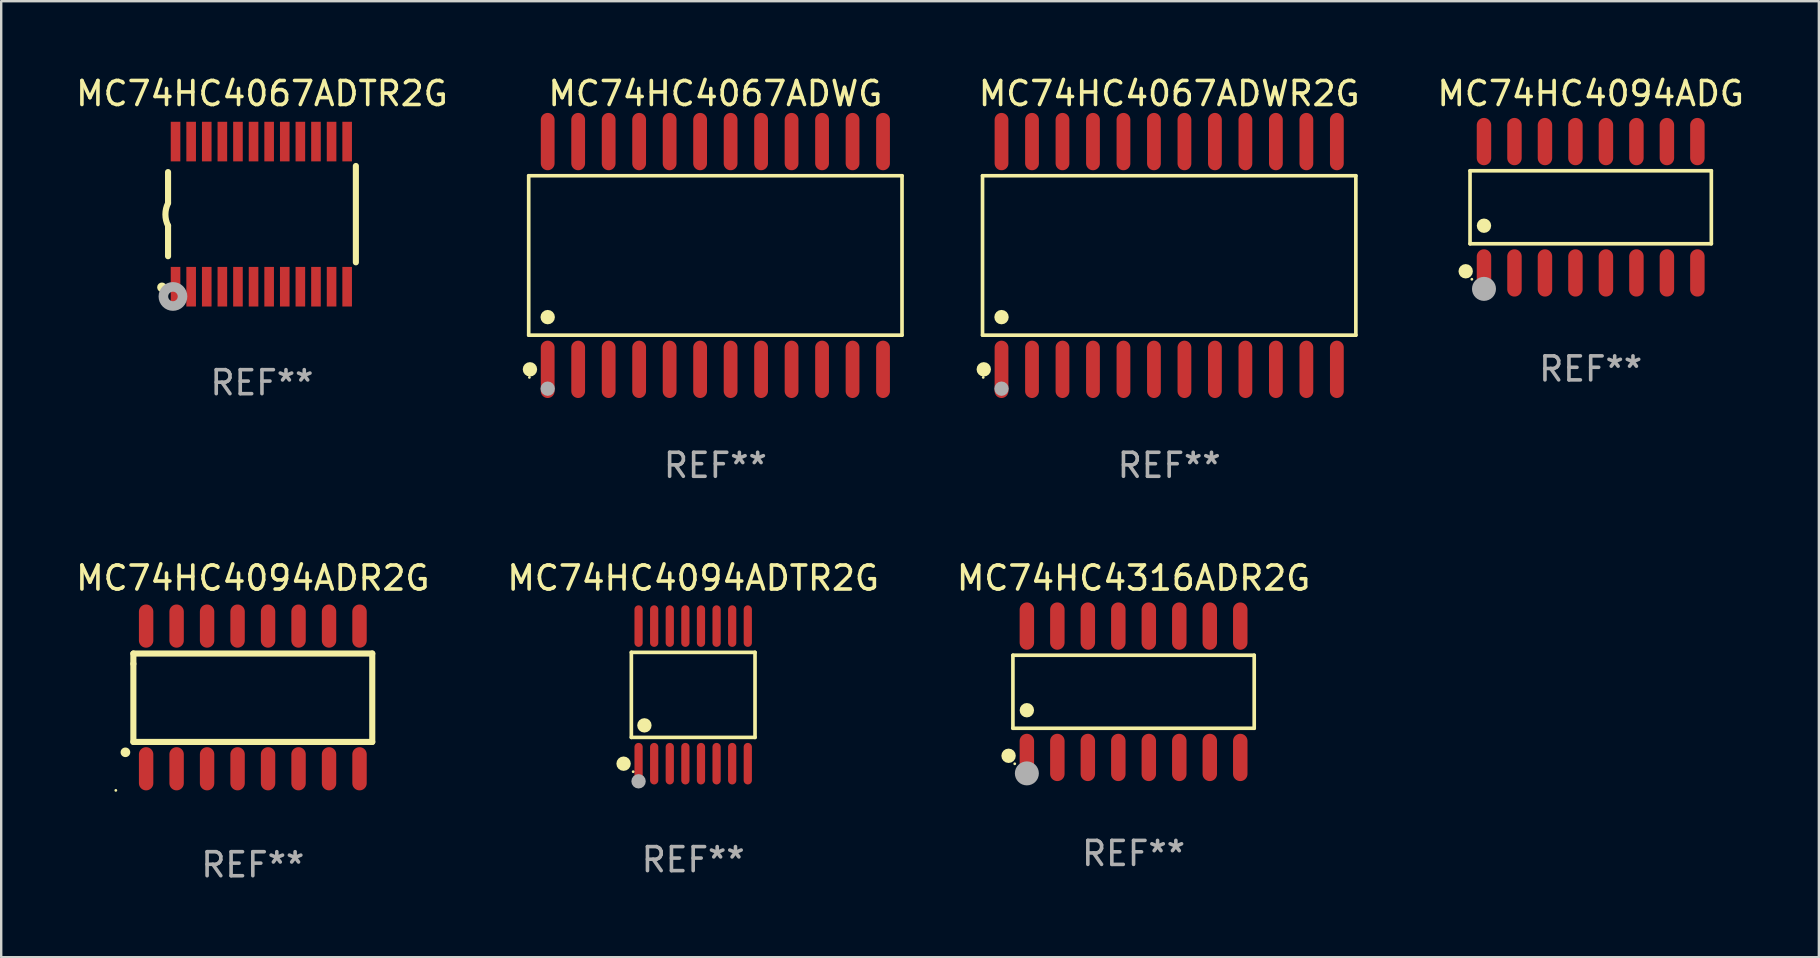
<source format=kicad_pcb>
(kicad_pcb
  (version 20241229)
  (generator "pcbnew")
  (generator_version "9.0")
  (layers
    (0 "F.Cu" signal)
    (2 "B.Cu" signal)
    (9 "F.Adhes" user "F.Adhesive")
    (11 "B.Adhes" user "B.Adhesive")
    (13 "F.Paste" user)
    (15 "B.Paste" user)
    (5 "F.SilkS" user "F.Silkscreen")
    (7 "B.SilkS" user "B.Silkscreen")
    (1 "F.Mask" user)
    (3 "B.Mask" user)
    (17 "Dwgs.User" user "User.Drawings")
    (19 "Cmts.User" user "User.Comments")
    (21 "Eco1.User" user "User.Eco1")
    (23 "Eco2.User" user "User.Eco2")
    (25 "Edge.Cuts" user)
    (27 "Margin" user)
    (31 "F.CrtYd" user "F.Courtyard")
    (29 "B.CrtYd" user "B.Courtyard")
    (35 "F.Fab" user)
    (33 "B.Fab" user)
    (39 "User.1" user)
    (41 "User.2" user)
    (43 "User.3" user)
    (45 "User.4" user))
  (footprint "MC74HC4067ADWG"
    (layer "F.Cu")
    (at 26.751 7.592)
    (property "Reference" "MC74HC4067ADWG" (at 0 -6.744 0) (layer "F.SilkS") (effects (font (size 1 1) (thickness 0.15))))
    (attr through_hole)
    (fp_line (start -7.776 -3.321) (end 7.776 -3.321) (stroke (width 0.152) (type solid)) (layer "F.SilkS"))
    (fp_line (start -7.776 3.321) (end -7.776 -3.321) (stroke (width 0.152) (type solid)) (layer "F.SilkS"))
    (fp_line (start 7.776 -3.321) (end 7.776 3.321) (stroke (width 0.152) (type solid)) (layer "F.SilkS"))
    (fp_line (start 7.776 3.321) (end -7.776 3.321) (stroke (width 0.152) (type solid)) (layer "F.SilkS"))
    (fp_circle (center -7.747 5.08) (end -7.717 5.08) (stroke (width 0.06) (type solid)) (fill no) (layer "F.SilkS"))
    (fp_circle (center -7.724 4.744) (end -7.574 4.744) (stroke (width 0.3) (type solid)) (fill no) (layer "F.SilkS"))
    (fp_circle (center -6.985 2.569) (end -6.835 2.569) (stroke (width 0.3) (type solid)) (fill no) (layer "F.SilkS"))
    (fp_circle (center -6.985 5.55) (end -6.835 5.55) (stroke (width 0.3) (type solid)) (fill no) (layer "F.Fab"))
    (fp_text user "REF**" (at 0 8.744 0) (layer "F.Fab") (effects (font (size 1 1) (thickness 0.15))))
    (pad "1" smd oval (at -6.985 4.744) (size 0.574 2.388) (layers "F.Cu" "F.Mask" "F.Paste"))
    (pad "2" smd oval (at -5.715 4.744) (size 0.574 2.388) (layers "F.Cu" "F.Mask" "F.Paste"))
    (pad "3" smd oval (at -4.445 4.744) (size 0.574 2.388) (layers "F.Cu" "F.Mask" "F.Paste"))
    (pad "4" smd oval (at -3.175 4.744) (size 0.574 2.388) (layers "F.Cu" "F.Mask" "F.Paste"))
    (pad "5" smd oval (at -1.905 4.744) (size 0.574 2.388) (layers "F.Cu" "F.Mask" "F.Paste"))
    (pad "6" smd oval (at -0.635 4.744) (size 0.574 2.388) (layers "F.Cu" "F.Mask" "F.Paste"))
    (pad "7" smd oval (at 0.635 4.744) (size 0.574 2.388) (layers "F.Cu" "F.Mask" "F.Paste"))
    (pad "8" smd oval (at 1.905 4.744) (size 0.574 2.388) (layers "F.Cu" "F.Mask" "F.Paste"))
    (pad "9" smd oval (at 3.175 4.744) (size 0.574 2.388) (layers "F.Cu" "F.Mask" "F.Paste"))
    (pad "10" smd oval (at 4.445 4.744) (size 0.574 2.388) (layers "F.Cu" "F.Mask" "F.Paste"))
    (pad "11" smd oval (at 5.715 4.744) (size 0.574 2.388) (layers "F.Cu" "F.Mask" "F.Paste"))
    (pad "12" smd oval (at 6.985 4.744) (size 0.574 2.388) (layers "F.Cu" "F.Mask" "F.Paste"))
    (pad "13" smd oval (at 6.985 -4.744) (size 0.574 2.388) (layers "F.Cu" "F.Mask" "F.Paste"))
    (pad "14" smd oval (at 5.715 -4.744) (size 0.574 2.388) (layers "F.Cu" "F.Mask" "F.Paste"))
    (pad "15" smd oval (at 4.445 -4.744) (size 0.574 2.388) (layers "F.Cu" "F.Mask" "F.Paste"))
    (pad "16" smd oval (at 3.175 -4.744) (size 0.574 2.388) (layers "F.Cu" "F.Mask" "F.Paste"))
    (pad "17" smd oval (at 1.905 -4.744) (size 0.574 2.388) (layers "F.Cu" "F.Mask" "F.Paste"))
    (pad "18" smd oval (at 0.635 -4.744) (size 0.574 2.388) (layers "F.Cu" "F.Mask" "F.Paste"))
    (pad "19" smd oval (at -0.635 -4.744) (size 0.574 2.388) (layers "F.Cu" "F.Mask" "F.Paste"))
    (pad "20" smd oval (at -1.905 -4.744) (size 0.574 2.388) (layers "F.Cu" "F.Mask" "F.Paste"))
    (pad "21" smd oval (at -3.175 -4.744) (size 0.574 2.388) (layers "F.Cu" "F.Mask" "F.Paste"))
    (pad "22" smd oval (at -4.445 -4.744) (size 0.574 2.388) (layers "F.Cu" "F.Mask" "F.Paste"))
    (pad "23" smd oval (at -5.715 -4.744) (size 0.574 2.388) (layers "F.Cu" "F.Mask" "F.Paste"))
    (pad "24" smd oval (at -6.985 -4.744) (size 0.574 2.388) (layers "F.Cu" "F.Mask" "F.Paste")))
  (footprint "MC74HC4316ADR2G"
    (layer "F.Cu")
    (at 44.173 25.768)
    (property "Reference" "MC74HC4316ADR2G" (at 0 -4.736 0) (layer "F.SilkS") (effects (font (size 1 1) (thickness 0.15))))
    (attr through_hole)
    (fp_line (start -5.026 -1.521) (end 5.026 -1.521) (stroke (width 0.152) (type solid)) (layer "F.SilkS"))
    (fp_line (start -5.026 1.521) (end -5.026 -1.521) (stroke (width 0.152) (type solid)) (layer "F.SilkS"))
    (fp_line (start 5.026 -1.521) (end 5.026 1.521) (stroke (width 0.152) (type solid)) (layer "F.SilkS"))
    (fp_line (start 5.026 1.521) (end -5.026 1.521) (stroke (width 0.152) (type solid)) (layer "F.SilkS"))
    (fp_circle (center -5.207 2.667) (end -5.057 2.667) (stroke (width 0.3) (type solid)) (fill no) (layer "F.SilkS"))
    (fp_circle (center -4.95 3) (end -4.92 3) (stroke (width 0.06) (type solid)) (fill no) (layer "F.SilkS"))
    (fp_circle (center -4.445 0.769) (end -4.295 0.769) (stroke (width 0.3) (type solid)) (fill no) (layer "F.SilkS"))
    (fp_circle (center -4.445 3.4) (end -4.195 3.4) (stroke (width 0.5) (type solid)) (fill no) (layer "F.Fab"))
    (fp_text user "REF**" (at 0 6.736 0) (layer "F.Fab") (effects (font (size 1 1) (thickness 0.15))))
    (pad "1" smd oval (at -4.445 2.736) (size 0.602 1.971) (layers "F.Cu" "F.Mask" "F.Paste"))
    (pad "2" smd oval (at -3.175 2.736) (size 0.602 1.971) (layers "F.Cu" "F.Mask" "F.Paste"))
    (pad "3" smd oval (at -1.905 2.736) (size 0.602 1.971) (layers "F.Cu" "F.Mask" "F.Paste"))
    (pad "4" smd oval (at -0.635 2.736) (size 0.602 1.971) (layers "F.Cu" "F.Mask" "F.Paste"))
    (pad "5" smd oval (at 0.635 2.736) (size 0.602 1.971) (layers "F.Cu" "F.Mask" "F.Paste"))
    (pad "6" smd oval (at 1.905 2.736) (size 0.602 1.971) (layers "F.Cu" "F.Mask" "F.Paste"))
    (pad "7" smd oval (at 3.175 2.736) (size 0.602 1.971) (layers "F.Cu" "F.Mask" "F.Paste"))
    (pad "8" smd oval (at 4.445 2.736) (size 0.602 1.971) (layers "F.Cu" "F.Mask" "F.Paste"))
    (pad "9" smd oval (at 4.445 -2.736) (size 0.602 1.971) (layers "F.Cu" "F.Mask" "F.Paste"))
    (pad "10" smd oval (at 3.175 -2.736) (size 0.602 1.971) (layers "F.Cu" "F.Mask" "F.Paste"))
    (pad "11" smd oval (at 1.905 -2.736) (size 0.602 1.971) (layers "F.Cu" "F.Mask" "F.Paste"))
    (pad "12" smd oval (at 0.635 -2.736) (size 0.602 1.971) (layers "F.Cu" "F.Mask" "F.Paste"))
    (pad "13" smd oval (at -0.635 -2.736) (size 0.602 1.971) (layers "F.Cu" "F.Mask" "F.Paste"))
    (pad "14" smd oval (at -1.905 -2.736) (size 0.602 1.971) (layers "F.Cu" "F.Mask" "F.Paste"))
    (pad "15" smd oval (at -3.175 -2.736) (size 0.602 1.971) (layers "F.Cu" "F.Mask" "F.Paste"))
    (pad "16" smd oval (at -4.445 -2.736) (size 0.602 1.971) (layers "F.Cu" "F.Mask" "F.Paste")))
  (footprint "MC74HC4094ADG"
    (layer "F.Cu")
    (at 63.216 5.584)
    (property "Reference" "MC74HC4094ADG" (at 0 -4.736 0) (layer "F.SilkS") (effects (font (size 1 1) (thickness 0.15))))
    (attr through_hole)
    (fp_line (start -5.026 -1.521) (end 5.026 -1.521) (stroke (width 0.152) (type solid)) (layer "F.SilkS"))
    (fp_line (start -5.026 1.521) (end -5.026 -1.521) (stroke (width 0.152) (type solid)) (layer "F.SilkS"))
    (fp_line (start 5.026 -1.521) (end 5.026 1.521) (stroke (width 0.152) (type solid)) (layer "F.SilkS"))
    (fp_line (start 5.026 1.521) (end -5.026 1.521) (stroke (width 0.152) (type solid)) (layer "F.SilkS"))
    (fp_circle (center -5.207 2.667) (end -5.057 2.667) (stroke (width 0.3) (type solid)) (fill no) (layer "F.SilkS"))
    (fp_circle (center -4.95 3) (end -4.92 3) (stroke (width 0.06) (type solid)) (fill no) (layer "F.SilkS"))
    (fp_circle (center -4.445 0.769) (end -4.295 0.769) (stroke (width 0.3) (type solid)) (fill no) (layer "F.SilkS"))
    (fp_circle (center -4.445 3.4) (end -4.195 3.4) (stroke (width 0.5) (type solid)) (fill no) (layer "F.Fab"))
    (fp_text user "REF**" (at 0 6.736 0) (layer "F.Fab") (effects (font (size 1 1) (thickness 0.15))))
    (pad "1" smd oval (at -4.445 2.736) (size 0.602 1.971) (layers "F.Cu" "F.Mask" "F.Paste"))
    (pad "2" smd oval (at -3.175 2.736) (size 0.602 1.971) (layers "F.Cu" "F.Mask" "F.Paste"))
    (pad "3" smd oval (at -1.905 2.736) (size 0.602 1.971) (layers "F.Cu" "F.Mask" "F.Paste"))
    (pad "4" smd oval (at -0.635 2.736) (size 0.602 1.971) (layers "F.Cu" "F.Mask" "F.Paste"))
    (pad "5" smd oval (at 0.635 2.736) (size 0.602 1.971) (layers "F.Cu" "F.Mask" "F.Paste"))
    (pad "6" smd oval (at 1.905 2.736) (size 0.602 1.971) (layers "F.Cu" "F.Mask" "F.Paste"))
    (pad "7" smd oval (at 3.175 2.736) (size 0.602 1.971) (layers "F.Cu" "F.Mask" "F.Paste"))
    (pad "8" smd oval (at 4.445 2.736) (size 0.602 1.971) (layers "F.Cu" "F.Mask" "F.Paste"))
    (pad "9" smd oval (at 4.445 -2.736) (size 0.602 1.971) (layers "F.Cu" "F.Mask" "F.Paste"))
    (pad "10" smd oval (at 3.175 -2.736) (size 0.602 1.971) (layers "F.Cu" "F.Mask" "F.Paste"))
    (pad "11" smd oval (at 1.905 -2.736) (size 0.602 1.971) (layers "F.Cu" "F.Mask" "F.Paste"))
    (pad "12" smd oval (at 0.635 -2.736) (size 0.602 1.971) (layers "F.Cu" "F.Mask" "F.Paste"))
    (pad "13" smd oval (at -0.635 -2.736) (size 0.602 1.971) (layers "F.Cu" "F.Mask" "F.Paste"))
    (pad "14" smd oval (at -1.905 -2.736) (size 0.602 1.971) (layers "F.Cu" "F.Mask" "F.Paste"))
    (pad "15" smd oval (at -3.175 -2.736) (size 0.602 1.971) (layers "F.Cu" "F.Mask" "F.Paste"))
    (pad "16" smd oval (at -4.445 -2.736) (size 0.602 1.971) (layers "F.Cu" "F.Mask" "F.Paste")))
  (footprint "MC74HC4094ADR2G"
    (layer "F.Cu")
    (at 7.482 26.004)
    (property "Reference" "MC74HC4094ADR2G" (at 0 -4.972 0) (layer "F.SilkS") (effects (font (size 1 1) (thickness 0.15))))
    (attr through_hole)
    (fp_line (start -4.976 -1.829) (end -4.976 -1.4) (stroke (width 0.254) (type solid)) (layer "F.SilkS"))
    (fp_line (start -4.976 -1.4) (end -4.976 1.854) (stroke (width 0.254) (type solid)) (layer "F.SilkS"))
    (fp_line (start -4.976 1.854) (end 4.976 1.854) (stroke (width 0.254) (type solid)) (layer "F.SilkS"))
    (fp_line (start 4.976 -1.829) (end -4.976 -1.829) (stroke (width 0.254) (type solid)) (layer "F.SilkS"))
    (fp_line (start 4.976 1.854) (end 4.976 -1.829) (stroke (width 0.254) (type solid)) (layer "F.SilkS"))
    (fp_arc (start -5.308611 2.286005) (mid -5.307341 2.286001) (end -5.306071 2.286005) (stroke (width 0.4) (type solid)) (layer "F.SilkS"))
    (fp_circle (center -5.707 3.872) (end -5.677 3.872) (stroke (width 0.06) (type solid)) (fill no) (layer "F.SilkS"))
    (fp_text user "REF**" (at 0 6.972 0) (layer "F.Fab") (effects (font (size 1 1) (thickness 0.15))))
    (pad "1" smd oval (at -4.445 2.972 180) (size 0.6 1.8) (layers "F.Cu" "F.Mask" "F.Paste"))
    (pad "2" smd oval (at -3.175 2.972 180) (size 0.6 1.8) (layers "F.Cu" "F.Mask" "F.Paste"))
    (pad "3" smd oval (at -1.905 2.972 180) (size 0.6 1.8) (layers "F.Cu" "F.Mask" "F.Paste"))
    (pad "4" smd oval (at -0.635 2.972 180) (size 0.6 1.8) (layers "F.Cu" "F.Mask" "F.Paste"))
    (pad "5" smd oval (at 0.635 2.972 180) (size 0.6 1.8) (layers "F.Cu" "F.Mask" "F.Paste"))
    (pad "6" smd oval (at 1.905 2.972 180) (size 0.6 1.8) (layers "F.Cu" "F.Mask" "F.Paste"))
    (pad "7" smd oval (at 3.175 2.972 180) (size 0.6 1.8) (layers "F.Cu" "F.Mask" "F.Paste"))
    (pad "8" smd oval (at 4.445 2.972 180) (size 0.6 1.8) (layers "F.Cu" "F.Mask" "F.Paste"))
    (pad "9" smd oval (at 4.445 -2.972 180) (size 0.6 1.8) (layers "F.Cu" "F.Mask" "F.Paste"))
    (pad "10" smd oval (at 3.175 -2.972 180) (size 0.6 1.8) (layers "F.Cu" "F.Mask" "F.Paste"))
    (pad "11" smd oval (at 1.905 -2.972 180) (size 0.6 1.8) (layers "F.Cu" "F.Mask" "F.Paste"))
    (pad "12" smd oval (at 0.635 -2.972 180) (size 0.6 1.8) (layers "F.Cu" "F.Mask" "F.Paste"))
    (pad "13" smd oval (at -0.635 -2.972 180) (size 0.6 1.8) (layers "F.Cu" "F.Mask" "F.Paste"))
    (pad "14" smd oval (at -1.905 -2.972 180) (size 0.6 1.8) (layers "F.Cu" "F.Mask" "F.Paste"))
    (pad "15" smd oval (at -3.175 -2.972 180) (size 0.6 1.8) (layers "F.Cu" "F.Mask" "F.Paste"))
    (pad "16" smd oval (at -4.445 -2.972 180) (size 0.6 1.8) (layers "F.Cu" "F.Mask" "F.Paste")))
  (footprint "MC74HC4067ADWR2G"
    (layer "F.Cu")
    (at 45.657 7.592)
    (property "Reference" "MC74HC4067ADWR2G" (at 0 -6.744 0) (layer "F.SilkS") (effects (font (size 1 1) (thickness 0.15))))
    (attr through_hole)
    (fp_line (start -7.776 -3.321) (end 7.776 -3.321) (stroke (width 0.152) (type solid)) (layer "F.SilkS"))
    (fp_line (start -7.776 3.321) (end -7.776 -3.321) (stroke (width 0.152) (type solid)) (layer "F.SilkS"))
    (fp_line (start 7.776 -3.321) (end 7.776 3.321) (stroke (width 0.152) (type solid)) (layer "F.SilkS"))
    (fp_line (start 7.776 3.321) (end -7.776 3.321) (stroke (width 0.152) (type solid)) (layer "F.SilkS"))
    (fp_circle (center -7.747 5.08) (end -7.717 5.08) (stroke (width 0.06) (type solid)) (fill no) (layer "F.SilkS"))
    (fp_circle (center -7.724 4.744) (end -7.574 4.744) (stroke (width 0.3) (type solid)) (fill no) (layer "F.SilkS"))
    (fp_circle (center -6.985 2.569) (end -6.835 2.569) (stroke (width 0.3) (type solid)) (fill no) (layer "F.SilkS"))
    (fp_circle (center -6.985 5.55) (end -6.835 5.55) (stroke (width 0.3) (type solid)) (fill no) (layer "F.Fab"))
    (fp_text user "REF**" (at 0 8.744 0) (layer "F.Fab") (effects (font (size 1 1) (thickness 0.15))))
    (pad "1" smd oval (at -6.985 4.744) (size 0.574 2.388) (layers "F.Cu" "F.Mask" "F.Paste"))
    (pad "2" smd oval (at -5.715 4.744) (size 0.574 2.388) (layers "F.Cu" "F.Mask" "F.Paste"))
    (pad "3" smd oval (at -4.445 4.744) (size 0.574 2.388) (layers "F.Cu" "F.Mask" "F.Paste"))
    (pad "4" smd oval (at -3.175 4.744) (size 0.574 2.388) (layers "F.Cu" "F.Mask" "F.Paste"))
    (pad "5" smd oval (at -1.905 4.744) (size 0.574 2.388) (layers "F.Cu" "F.Mask" "F.Paste"))
    (pad "6" smd oval (at -0.635 4.744) (size 0.574 2.388) (layers "F.Cu" "F.Mask" "F.Paste"))
    (pad "7" smd oval (at 0.635 4.744) (size 0.574 2.388) (layers "F.Cu" "F.Mask" "F.Paste"))
    (pad "8" smd oval (at 1.905 4.744) (size 0.574 2.388) (layers "F.Cu" "F.Mask" "F.Paste"))
    (pad "9" smd oval (at 3.175 4.744) (size 0.574 2.388) (layers "F.Cu" "F.Mask" "F.Paste"))
    (pad "10" smd oval (at 4.445 4.744) (size 0.574 2.388) (layers "F.Cu" "F.Mask" "F.Paste"))
    (pad "11" smd oval (at 5.715 4.744) (size 0.574 2.388) (layers "F.Cu" "F.Mask" "F.Paste"))
    (pad "12" smd oval (at 6.985 4.744) (size 0.574 2.388) (layers "F.Cu" "F.Mask" "F.Paste"))
    (pad "13" smd oval (at 6.985 -4.744) (size 0.574 2.388) (layers "F.Cu" "F.Mask" "F.Paste"))
    (pad "14" smd oval (at 5.715 -4.744) (size 0.574 2.388) (layers "F.Cu" "F.Mask" "F.Paste"))
    (pad "15" smd oval (at 4.445 -4.744) (size 0.574 2.388) (layers "F.Cu" "F.Mask" "F.Paste"))
    (pad "16" smd oval (at 3.175 -4.744) (size 0.574 2.388) (layers "F.Cu" "F.Mask" "F.Paste"))
    (pad "17" smd oval (at 1.905 -4.744) (size 0.574 2.388) (layers "F.Cu" "F.Mask" "F.Paste"))
    (pad "18" smd oval (at 0.635 -4.744) (size 0.574 2.388) (layers "F.Cu" "F.Mask" "F.Paste"))
    (pad "19" smd oval (at -0.635 -4.744) (size 0.574 2.388) (layers "F.Cu" "F.Mask" "F.Paste"))
    (pad "20" smd oval (at -1.905 -4.744) (size 0.574 2.388) (layers "F.Cu" "F.Mask" "F.Paste"))
    (pad "21" smd oval (at -3.175 -4.744) (size 0.574 2.388) (layers "F.Cu" "F.Mask" "F.Paste"))
    (pad "22" smd oval (at -4.445 -4.744) (size 0.574 2.388) (layers "F.Cu" "F.Mask" "F.Paste"))
    (pad "23" smd oval (at -5.715 -4.744) (size 0.574 2.388) (layers "F.Cu" "F.Mask" "F.Paste"))
    (pad "24" smd oval (at -6.985 -4.744) (size 0.574 2.388) (layers "F.Cu" "F.Mask" "F.Paste")))
  (footprint "MC74HC4094ADTR2G"
    (layer "F.Cu")
    (at 25.827 25.898)
    (property "Reference" "MC74HC4094ADTR2G" (at 0 -4.866 0) (layer "F.SilkS") (effects (font (size 1 1) (thickness 0.15))))
    (attr through_hole)
    (fp_line (start -2.576 -1.772) (end 2.576 -1.772) (stroke (width 0.152) (type solid)) (layer "F.SilkS"))
    (fp_line (start -2.576 1.771) (end -2.576 -1.772) (stroke (width 0.152) (type solid)) (layer "F.SilkS"))
    (fp_line (start 2.576 -1.772) (end 2.576 1.771) (stroke (width 0.152) (type solid)) (layer "F.SilkS"))
    (fp_line (start 2.576 1.771) (end -2.576 1.771) (stroke (width 0.152) (type solid)) (layer "F.SilkS"))
    (fp_circle (center -2.899 2.866) (end -2.749 2.866) (stroke (width 0.3) (type solid)) (fill no) (layer "F.SilkS"))
    (fp_circle (center -2.5 3.2) (end -2.47 3.2) (stroke (width 0.06) (type solid)) (fill no) (layer "F.SilkS"))
    (fp_circle (center -2.032 1.27) (end -1.882 1.27) (stroke (width 0.3) (type solid)) (fill no) (layer "F.SilkS"))
    (fp_circle (center -2.275 3.6) (end -2.125 3.6) (stroke (width 0.3) (type solid)) (fill no) (layer "F.Fab"))
    (fp_text user "REF**" (at 0 6.866 0) (layer "F.Fab") (effects (font (size 1 1) (thickness 0.15))))
    (pad "1" smd oval (at -2.275 2.866) (size 0.343 1.731) (layers "F.Cu" "F.Mask" "F.Paste"))
    (pad "2" smd oval (at -1.625 2.866) (size 0.343 1.731) (layers "F.Cu" "F.Mask" "F.Paste"))
    (pad "3" smd oval (at -0.975 2.866) (size 0.343 1.731) (layers "F.Cu" "F.Mask" "F.Paste"))
    (pad "4" smd oval (at -0.325 2.866) (size 0.343 1.731) (layers "F.Cu" "F.Mask" "F.Paste"))
    (pad "5" smd oval (at 0.325 2.866) (size 0.343 1.731) (layers "F.Cu" "F.Mask" "F.Paste"))
    (pad "6" smd oval (at 0.975 2.866) (size 0.343 1.731) (layers "F.Cu" "F.Mask" "F.Paste"))
    (pad "7" smd oval (at 1.625 2.866) (size 0.343 1.731) (layers "F.Cu" "F.Mask" "F.Paste"))
    (pad "8" smd oval (at 2.275 2.866) (size 0.343 1.731) (layers "F.Cu" "F.Mask" "F.Paste"))
    (pad "9" smd oval (at 2.275 -2.866) (size 0.343 1.731) (layers "F.Cu" "F.Mask" "F.Paste"))
    (pad "10" smd oval (at 1.625 -2.866) (size 0.343 1.731) (layers "F.Cu" "F.Mask" "F.Paste"))
    (pad "11" smd oval (at 0.975 -2.866) (size 0.343 1.731) (layers "F.Cu" "F.Mask" "F.Paste"))
    (pad "12" smd oval (at 0.325 -2.866) (size 0.343 1.731) (layers "F.Cu" "F.Mask" "F.Paste"))
    (pad "13" smd oval (at -0.325 -2.866) (size 0.343 1.731) (layers "F.Cu" "F.Mask" "F.Paste"))
    (pad "14" smd oval (at -0.975 -2.866) (size 0.343 1.731) (layers "F.Cu" "F.Mask" "F.Paste"))
    (pad "15" smd oval (at -1.625 -2.866) (size 0.343 1.731) (layers "F.Cu" "F.Mask" "F.Paste"))
    (pad "16" smd oval (at -2.275 -2.866) (size 0.343 1.731) (layers "F.Cu" "F.Mask" "F.Paste")))
  (footprint "MC74HC4067ADTR2G"
    (layer "F.Cu")
    (at 7.863 5.871)
    (property "Reference" "MC74HC4067ADTR2G" (at 0 -5.023 0) (layer "F.SilkS") (effects (font (size 1 1) (thickness 0.15))))
    (attr through_hole)
    (fp_line (start -3.912 -0.483) (end -3.912 -1.753) (stroke (width 0.254) (type solid)) (layer "F.SilkS"))
    (fp_line (start -3.912 1.753) (end -3.912 0.483) (stroke (width 0.254) (type solid)) (layer "F.SilkS"))
    (fp_line (start 3.912 -2.007) (end 3.912 2.007) (stroke (width 0.254) (type solid)) (layer "F.SilkS"))
    (fp_arc (start -3.911608 0.482601) (mid -4.022537 0.0127) (end -3.911608 -0.457201) (stroke (width 0.254001) (type solid)) (layer "F.SilkS"))
    (fp_circle (center -4.166 3.048) (end -4.066 3.048) (stroke (width 0.2) (type solid)) (fill no) (layer "F.SilkS"))
    (fp_circle (center -3.925 3.186) (end -3.895 3.186) (stroke (width 0.06) (type solid)) (fill no) (layer "F.SilkS"))
    (fp_circle (center -3.708 3.429) (end -3.509 3.429) (stroke (width 0.4) (type solid)) (fill no) (layer "F.Fab"))
    (fp_text user "REF**" (at 0 7.023 0) (layer "F.Fab") (effects (font (size 1 1) (thickness 0.15))))
    (pad "1" smd rect (at -3.6 3.023) (size 0.4 1.65) (layers "F.Cu" "F.Mask" "F.Paste"))
    (pad "2" smd rect (at -2.95 3.023) (size 0.4 1.65) (layers "F.Cu" "F.Mask" "F.Paste"))
    (pad "3" smd rect (at -2.3 3.023) (size 0.4 1.65) (layers "F.Cu" "F.Mask" "F.Paste"))
    (pad "4" smd rect (at -1.65 3.023) (size 0.4 1.65) (layers "F.Cu" "F.Mask" "F.Paste"))
    (pad "5" smd rect (at -1 3.023) (size 0.4 1.65) (layers "F.Cu" "F.Mask" "F.Paste"))
    (pad "6" smd rect (at -0.35 3.023) (size 0.4 1.65) (layers "F.Cu" "F.Mask" "F.Paste"))
    (pad "7" smd rect (at 0.299 3.023) (size 0.4 1.65) (layers "F.Cu" "F.Mask" "F.Paste"))
    (pad "8" smd rect (at 0.95 3.023) (size 0.4 1.65) (layers "F.Cu" "F.Mask" "F.Paste"))
    (pad "9" smd rect (at 1.6 3.023) (size 0.4 1.65) (layers "F.Cu" "F.Mask" "F.Paste"))
    (pad "10" smd rect (at 2.25 3.023) (size 0.4 1.65) (layers "F.Cu" "F.Mask" "F.Paste"))
    (pad "11" smd rect (at 2.9 3.023) (size 0.4 1.65) (layers "F.Cu" "F.Mask" "F.Paste"))
    (pad "12" smd rect (at 3.549 3.023) (size 0.4 1.65) (layers "F.Cu" "F.Mask" "F.Paste"))
    (pad "13" smd rect (at 3.549 -3.023) (size 0.4 1.65) (layers "F.Cu" "F.Mask" "F.Paste"))
    (pad "14" smd rect (at 2.9 -3.023) (size 0.4 1.65) (layers "F.Cu" "F.Mask" "F.Paste"))
    (pad "15" smd rect (at 2.25 -3.023) (size 0.4 1.65) (layers "F.Cu" "F.Mask" "F.Paste"))
    (pad "16" smd rect (at 1.6 -3.023) (size 0.4 1.65) (layers "F.Cu" "F.Mask" "F.Paste"))
    (pad "17" smd rect (at 0.95 -3.023) (size 0.4 1.65) (layers "F.Cu" "F.Mask" "F.Paste"))
    (pad "18" smd rect (at 0.299 -3.023) (size 0.4 1.65) (layers "F.Cu" "F.Mask" "F.Paste"))
    (pad "19" smd rect (at -0.35 -3.023) (size 0.4 1.65) (layers "F.Cu" "F.Mask" "F.Paste"))
    (pad "20" smd rect (at -1 -3.023) (size 0.4 1.65) (layers "F.Cu" "F.Mask" "F.Paste"))
    (pad "21" smd rect (at -1.65 -3.023) (size 0.4 1.65) (layers "F.Cu" "F.Mask" "F.Paste"))
    (pad "22" smd rect (at -2.3 -3.023) (size 0.4 1.65) (layers "F.Cu" "F.Mask" "F.Paste"))
    (pad "23" smd rect (at -2.95 -3.023) (size 0.4 1.65) (layers "F.Cu" "F.Mask" "F.Paste"))
    (pad "24" smd rect (at -3.6 -3.023) (size 0.4 1.65) (layers "F.Cu" "F.Mask" "F.Paste")))
  (gr_rect
    (start -3 -3)
    (end 72.722 36.825)
    (stroke (width 0.1) (type default))
    (fill no)
    (layer "Edge.Cuts")))
</source>
